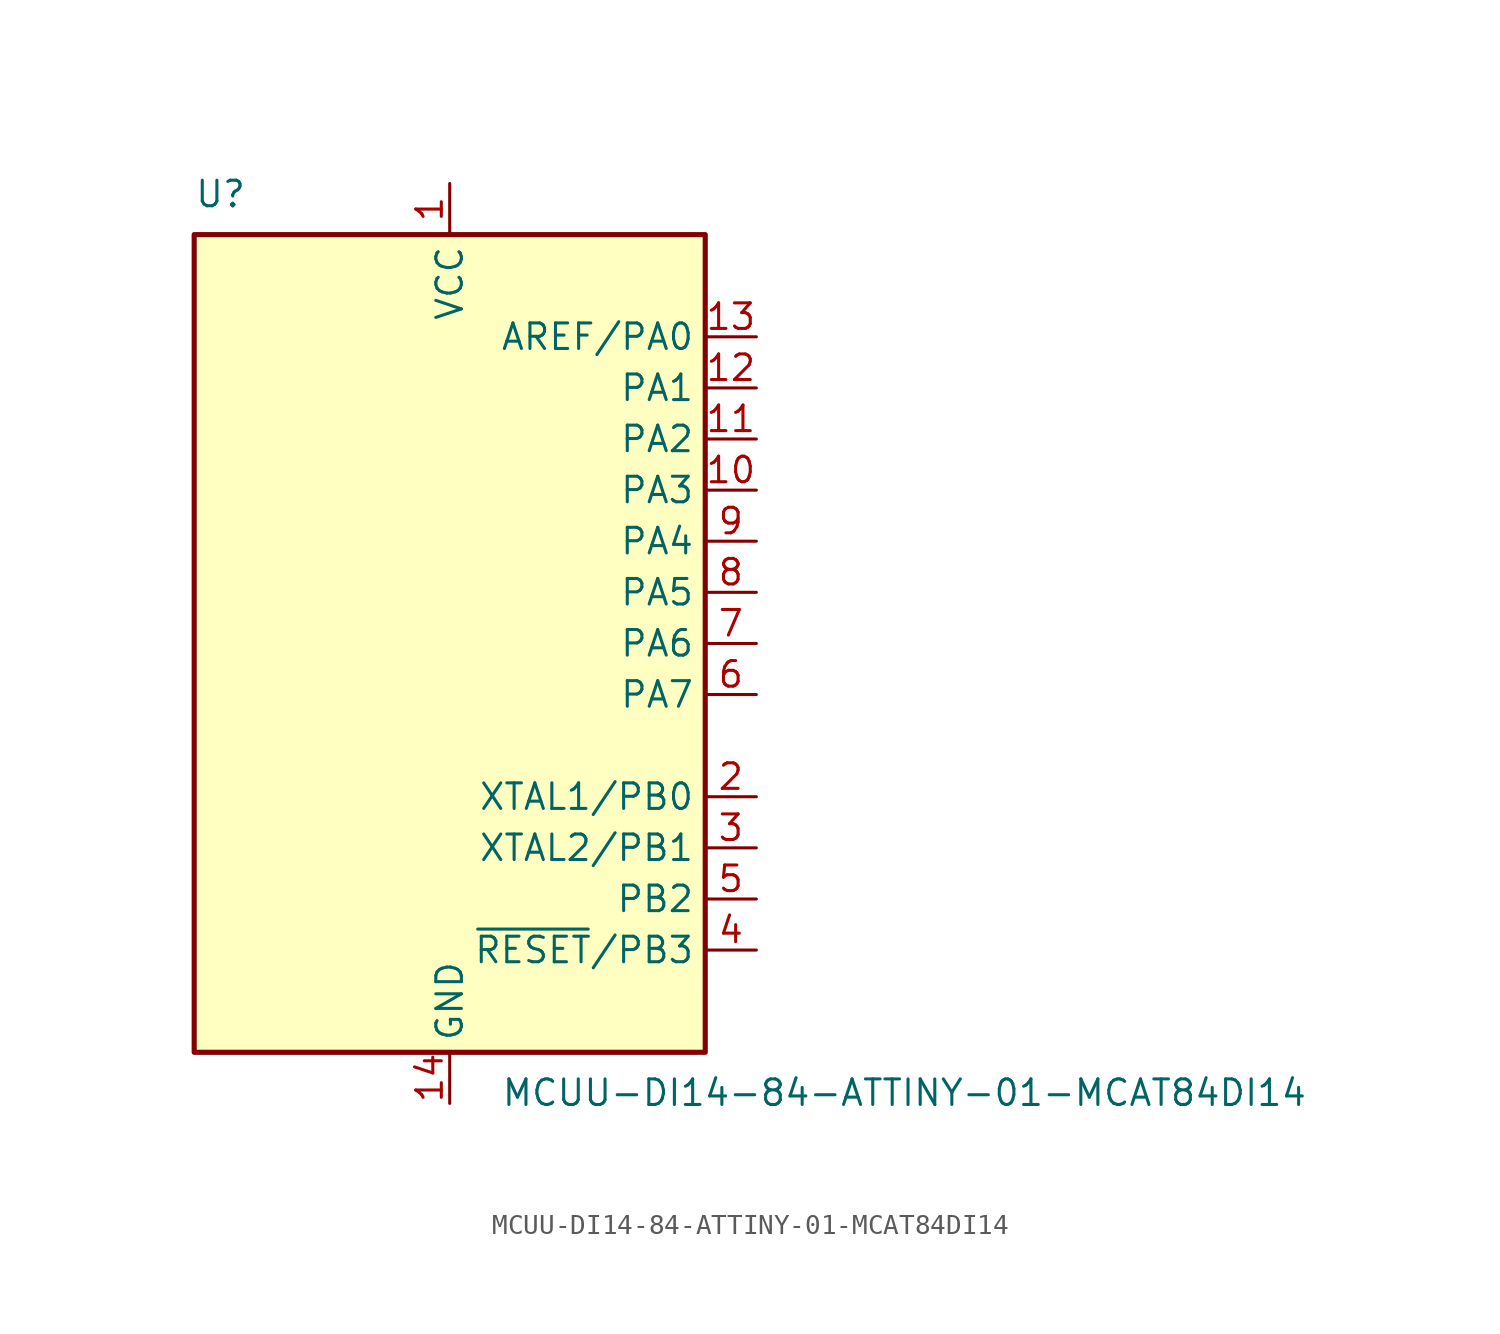
<source format=kicad_sym>
(kicad_symbol_lib
  (version 20211014)
  (generator kicad_symbol_editor)
  (symbol "MCUU-DI14-84-ATTINY-01-MCAT84DI14"
    (property "Reference" "U"
      (at -12.7 21.59 0)
      (effects (font (size 1.27 1.27)) (justify left bottom)))
    (property "Value" "MCUU-DI14-84-ATTINY-01-MCAT84DI14"
      (at 2.54 -21.59 0)
      (effects (font (size 1.27 1.27)) (justify left top)))
    (symbol "MCUU-DI14-84-ATTINY-01-MCAT84DI14_0_1"
      (rectangle (start -12.7 -20.32) (end 12.7 20.32) (stroke (width 0.254) (type default) (color 0 0 0 0)) (fill (type background))))
    (symbol "MCUU-DI14-84-ATTINY-01-MCAT84DI14_1_1"
      (pin power_in line (at 0 22.86 270) (length 2.54) (name "VCC" (effects (font (size 1.27 1.27)))) (number "1" (effects (font (size 1.27 1.27)))))
      (pin bidirectional line (at 15.24 7.62 180) (length 2.54) (name "PA3" (effects (font (size 1.27 1.27)))) (number "10" (effects (font (size 1.27 1.27)))))
      (pin bidirectional line (at 15.24 10.16 180) (length 2.54) (name "PA2" (effects (font (size 1.27 1.27)))) (number "11" (effects (font (size 1.27 1.27)))))
      (pin bidirectional line (at 15.24 12.7 180) (length 2.54) (name "PA1" (effects (font (size 1.27 1.27)))) (number "12" (effects (font (size 1.27 1.27)))))
      (pin bidirectional line (at 15.24 15.24 180) (length 2.54) (name "AREF/PA0" (effects (font (size 1.27 1.27)))) (number "13" (effects (font (size 1.27 1.27)))))
      (pin power_in line (at 0 -22.86 90) (length 2.54) (name "GND" (effects (font (size 1.27 1.27)))) (number "14" (effects (font (size 1.27 1.27)))))
      (pin bidirectional line (at 15.24 -7.62 180) (length 2.54) (name "XTAL1/PB0" (effects (font (size 1.27 1.27)))) (number "2" (effects (font (size 1.27 1.27)))))
      (pin bidirectional line (at 15.24 -10.16 180) (length 2.54) (name "XTAL2/PB1" (effects (font (size 1.27 1.27)))) (number "3" (effects (font (size 1.27 1.27)))))
      (pin bidirectional line (at 15.24 -15.24 180) (length 2.54) (name "~{RESET}/PB3" (effects (font (size 1.27 1.27)))) (number "4" (effects (font (size 1.27 1.27)))))
      (pin bidirectional line (at 15.24 -12.7 180) (length 2.54) (name "PB2" (effects (font (size 1.27 1.27)))) (number "5" (effects (font (size 1.27 1.27)))))
      (pin bidirectional line (at 15.24 -2.54 180) (length 2.54) (name "PA7" (effects (font (size 1.27 1.27)))) (number "6" (effects (font (size 1.27 1.27)))))
      (pin bidirectional line (at 15.24 0 180) (length 2.54) (name "PA6" (effects (font (size 1.27 1.27)))) (number "7" (effects (font (size 1.27 1.27)))))
      (pin bidirectional line (at 15.24 2.54 180) (length 2.54) (name "PA5" (effects (font (size 1.27 1.27)))) (number "8" (effects (font (size 1.27 1.27)))))
      (pin bidirectional line (at 15.24 5.08 180) (length 2.54) (name "PA4" (effects (font (size 1.27 1.27)))) (number "9" (effects (font (size 1.27 1.27))))))))
</source>
